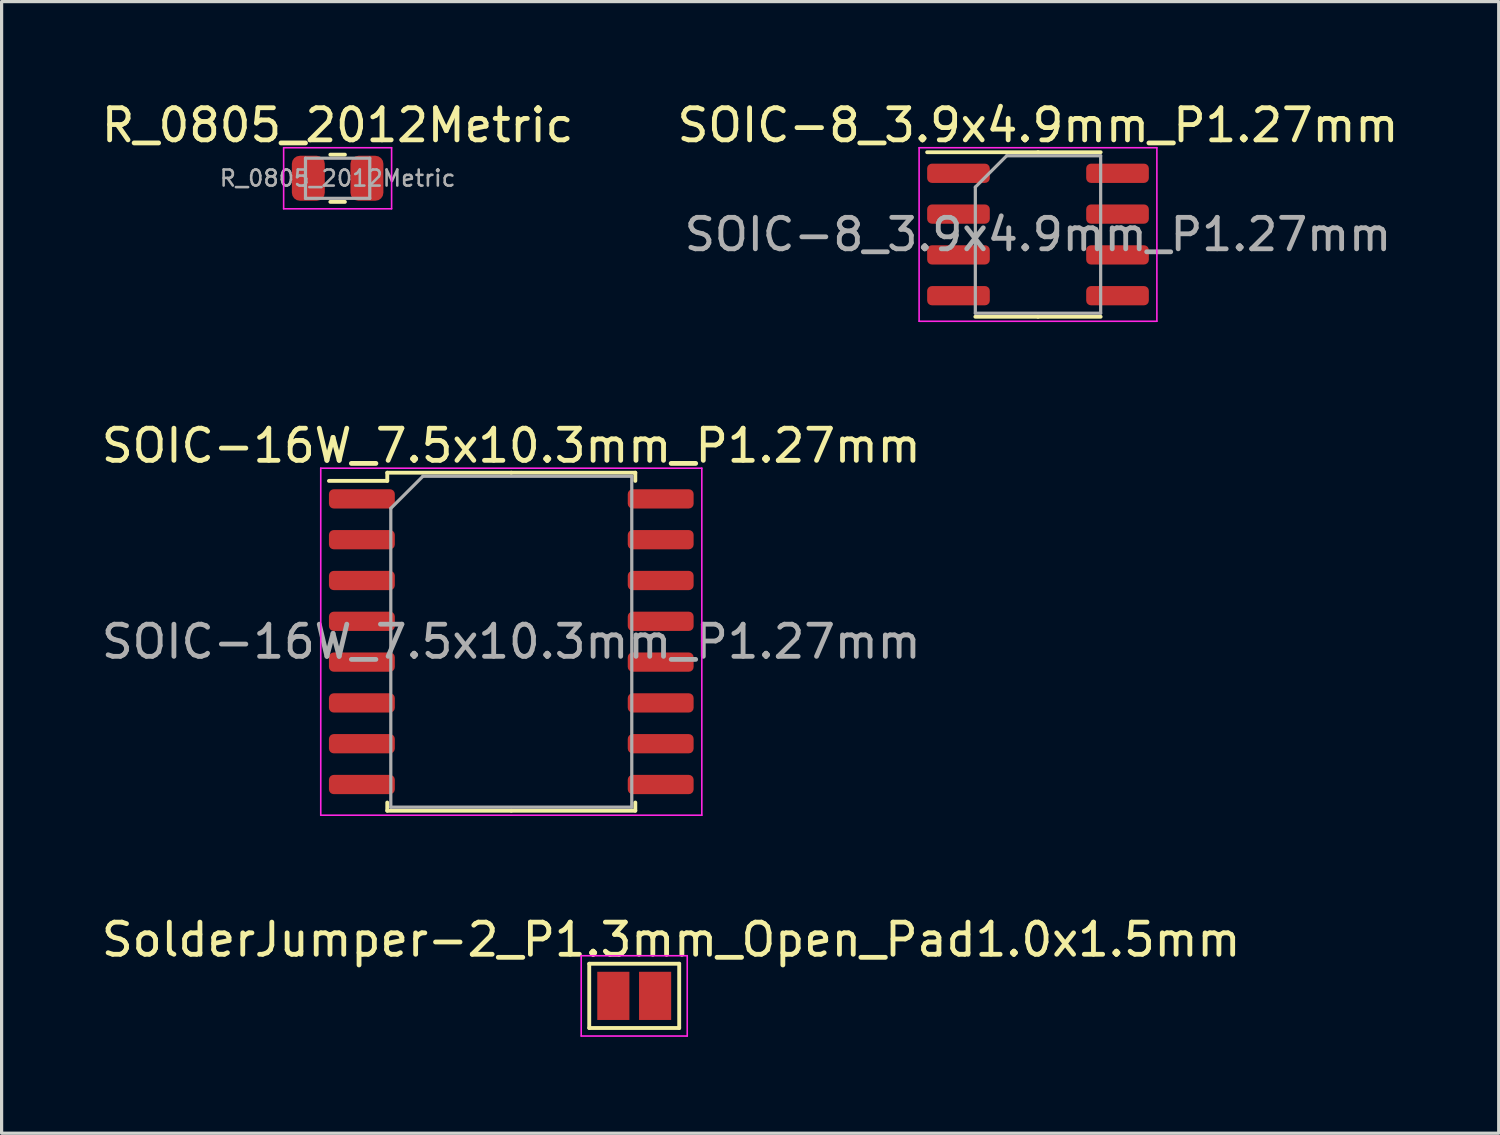
<source format=kicad_pcb>
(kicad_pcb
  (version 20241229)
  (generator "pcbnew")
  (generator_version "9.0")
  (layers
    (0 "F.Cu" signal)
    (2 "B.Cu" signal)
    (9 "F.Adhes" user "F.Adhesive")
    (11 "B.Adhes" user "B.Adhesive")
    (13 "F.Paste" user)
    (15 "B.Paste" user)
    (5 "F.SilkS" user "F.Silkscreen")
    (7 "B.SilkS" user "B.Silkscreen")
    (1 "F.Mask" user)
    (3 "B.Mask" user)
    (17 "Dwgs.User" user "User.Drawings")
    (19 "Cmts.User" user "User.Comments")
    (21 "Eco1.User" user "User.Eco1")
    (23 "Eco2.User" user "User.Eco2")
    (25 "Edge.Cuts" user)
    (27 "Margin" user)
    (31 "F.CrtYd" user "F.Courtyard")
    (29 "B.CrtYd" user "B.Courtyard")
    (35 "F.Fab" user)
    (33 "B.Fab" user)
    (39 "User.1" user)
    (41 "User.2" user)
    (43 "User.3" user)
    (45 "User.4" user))
  (footprint "SOIC-16W_7.5x10.3mm_P1.27mm"
    (layer "F.Cu")
    (at 12.863 16.922)
    (property "Reference" "SOIC-16W_7.5x10.3mm_P1.27mm" (at 0 -6.1 180) (layer "F.SilkS") (effects (font (size 1 1) (thickness 0.15))))
    (attr smd)
    (fp_line (start -3.86 -5.26) (end -3.86 -5.005) (stroke (width 0.12) (type solid)) (layer "F.SilkS"))
    (fp_line (start -3.86 -5.005) (end -5.675 -5.005) (stroke (width 0.12) (type solid)) (layer "F.SilkS"))
    (fp_line (start -3.86 5.26) (end -3.86 5.005) (stroke (width 0.12) (type solid)) (layer "F.SilkS"))
    (fp_line (start 0 -5.26) (end -3.86 -5.26) (stroke (width 0.12) (type solid)) (layer "F.SilkS"))
    (fp_line (start 0 -5.26) (end 3.86 -5.26) (stroke (width 0.12) (type solid)) (layer "F.SilkS"))
    (fp_line (start 0 5.26) (end -3.86 5.26) (stroke (width 0.12) (type solid)) (layer "F.SilkS"))
    (fp_line (start 0 5.26) (end 3.86 5.26) (stroke (width 0.12) (type solid)) (layer "F.SilkS"))
    (fp_line (start 3.86 -5.26) (end 3.86 -5.005) (stroke (width 0.12) (type solid)) (layer "F.SilkS"))
    (fp_line (start 3.86 5.26) (end 3.86 5.005) (stroke (width 0.12) (type solid)) (layer "F.SilkS"))
    (fp_line (start -5.93 -5.4) (end -5.93 5.4) (stroke (width 0.05) (type solid)) (layer "F.CrtYd"))
    (fp_line (start -5.93 5.4) (end 5.93 5.4) (stroke (width 0.05) (type solid)) (layer "F.CrtYd"))
    (fp_line (start 5.93 -5.4) (end -5.93 -5.4) (stroke (width 0.05) (type solid)) (layer "F.CrtYd"))
    (fp_line (start 5.93 5.4) (end 5.93 -5.4) (stroke (width 0.05) (type solid)) (layer "F.CrtYd"))
    (fp_line (start -3.75 -4.15) (end -2.75 -5.15) (stroke (width 0.1) (type solid)) (layer "F.Fab"))
    (fp_line (start -3.75 5.15) (end -3.75 -4.15) (stroke (width 0.1) (type solid)) (layer "F.Fab"))
    (fp_line (start -2.75 -5.15) (end 3.75 -5.15) (stroke (width 0.1) (type solid)) (layer "F.Fab"))
    (fp_line (start 3.75 -5.15) (end 3.75 5.15) (stroke (width 0.1) (type solid)) (layer "F.Fab"))
    (fp_line (start 3.75 5.15) (end -3.75 5.15) (stroke (width 0.1) (type solid)) (layer "F.Fab"))
    (fp_text user "${REFERENCE}" (at 0 0 180) (layer "F.Fab") (effects (font (size 1 1) (thickness 0.15))))
    (pad "1" smd roundrect (at -4.65 -4.445) (size 2.05 0.6) (layers "F.Cu" "F.Mask" "F.Paste") (roundrect_rratio 0.25))
    (pad "2" smd roundrect (at -4.65 -3.175) (size 2.05 0.6) (layers "F.Cu" "F.Mask" "F.Paste") (roundrect_rratio 0.25))
    (pad "3" smd roundrect (at -4.65 -1.905) (size 2.05 0.6) (layers "F.Cu" "F.Mask" "F.Paste") (roundrect_rratio 0.25))
    (pad "4" smd roundrect (at -4.65 -0.635) (size 2.05 0.6) (layers "F.Cu" "F.Mask" "F.Paste") (roundrect_rratio 0.25))
    (pad "5" smd roundrect (at -4.65 0.635) (size 2.05 0.6) (layers "F.Cu" "F.Mask" "F.Paste") (roundrect_rratio 0.25))
    (pad "6" smd roundrect (at -4.65 1.905) (size 2.05 0.6) (layers "F.Cu" "F.Mask" "F.Paste") (roundrect_rratio 0.25))
    (pad "7" smd roundrect (at -4.65 3.175) (size 2.05 0.6) (layers "F.Cu" "F.Mask" "F.Paste") (roundrect_rratio 0.25))
    (pad "8" smd roundrect (at -4.65 4.445) (size 2.05 0.6) (layers "F.Cu" "F.Mask" "F.Paste") (roundrect_rratio 0.25))
    (pad "9" smd roundrect (at 4.65 4.445) (size 2.05 0.6) (layers "F.Cu" "F.Mask" "F.Paste") (roundrect_rratio 0.25))
    (pad "10" smd roundrect (at 4.65 3.175) (size 2.05 0.6) (layers "F.Cu" "F.Mask" "F.Paste") (roundrect_rratio 0.25))
    (pad "11" smd roundrect (at 4.65 1.905) (size 2.05 0.6) (layers "F.Cu" "F.Mask" "F.Paste") (roundrect_rratio 0.25))
    (pad "12" smd roundrect (at 4.65 0.635) (size 2.05 0.6) (layers "F.Cu" "F.Mask" "F.Paste") (roundrect_rratio 0.25))
    (pad "13" smd roundrect (at 4.65 -0.635) (size 2.05 0.6) (layers "F.Cu" "F.Mask" "F.Paste") (roundrect_rratio 0.25))
    (pad "14" smd roundrect (at 4.65 -1.905) (size 2.05 0.6) (layers "F.Cu" "F.Mask" "F.Paste") (roundrect_rratio 0.25))
    (pad "15" smd roundrect (at 4.65 -3.175) (size 2.05 0.6) (layers "F.Cu" "F.Mask" "F.Paste") (roundrect_rratio 0.25))
    (pad "16" smd roundrect (at 4.65 -4.445) (size 2.05 0.6) (layers "F.Cu" "F.Mask" "F.Paste") (roundrect_rratio 0.25)))
  (footprint "SOIC-8_3.9x4.9mm_P1.27mm"
    (layer "F.Cu")
    (at 29.256 4.248)
    (property "Reference" "SOIC-8_3.9x4.9mm_P1.27mm" (at 0 -3.4 0) (layer "F.SilkS") (effects (font (size 1 1) (thickness 0.15))))
    (attr smd)
    (fp_line (start 0 -2.56) (end -3.45 -2.56) (stroke (width 0.12) (type solid)) (layer "F.SilkS"))
    (fp_line (start 0 -2.56) (end 1.95 -2.56) (stroke (width 0.12) (type solid)) (layer "F.SilkS"))
    (fp_line (start 0 2.56) (end -1.95 2.56) (stroke (width 0.12) (type solid)) (layer "F.SilkS"))
    (fp_line (start 0 2.56) (end 1.95 2.56) (stroke (width 0.12) (type solid)) (layer "F.SilkS"))
    (fp_line (start -3.7 -2.7) (end -3.7 2.7) (stroke (width 0.05) (type solid)) (layer "F.CrtYd"))
    (fp_line (start -3.7 2.7) (end 3.7 2.7) (stroke (width 0.05) (type solid)) (layer "F.CrtYd"))
    (fp_line (start 3.7 -2.7) (end -3.7 -2.7) (stroke (width 0.05) (type solid)) (layer "F.CrtYd"))
    (fp_line (start 3.7 2.7) (end 3.7 -2.7) (stroke (width 0.05) (type solid)) (layer "F.CrtYd"))
    (fp_line (start -1.95 -1.475) (end -0.975 -2.45) (stroke (width 0.1) (type solid)) (layer "F.Fab"))
    (fp_line (start -1.95 2.45) (end -1.95 -1.475) (stroke (width 0.1) (type solid)) (layer "F.Fab"))
    (fp_line (start -0.975 -2.45) (end 1.95 -2.45) (stroke (width 0.1) (type solid)) (layer "F.Fab"))
    (fp_line (start 1.95 -2.45) (end 1.95 2.45) (stroke (width 0.1) (type solid)) (layer "F.Fab"))
    (fp_line (start 1.95 2.45) (end -1.95 2.45) (stroke (width 0.1) (type solid)) (layer "F.Fab"))
    (fp_text user "${REFERENCE}" (at 0 0 0) (layer "F.Fab") (effects (font (size 0.98 0.98) (thickness 0.15))))
    (pad "1" smd roundrect (at -2.475 -1.905) (size 1.95 0.6) (layers "F.Cu" "F.Mask" "F.Paste") (roundrect_rratio 0.25))
    (pad "2" smd roundrect (at -2.475 -0.635) (size 1.95 0.6) (layers "F.Cu" "F.Mask" "F.Paste") (roundrect_rratio 0.25))
    (pad "3" smd roundrect (at -2.475 0.635) (size 1.95 0.6) (layers "F.Cu" "F.Mask" "F.Paste") (roundrect_rratio 0.25))
    (pad "4" smd roundrect (at -2.475 1.905) (size 1.95 0.6) (layers "F.Cu" "F.Mask" "F.Paste") (roundrect_rratio 0.25))
    (pad "5" smd roundrect (at 2.475 1.905) (size 1.95 0.6) (layers "F.Cu" "F.Mask" "F.Paste") (roundrect_rratio 0.25))
    (pad "6" smd roundrect (at 2.475 0.635) (size 1.95 0.6) (layers "F.Cu" "F.Mask" "F.Paste") (roundrect_rratio 0.25))
    (pad "7" smd roundrect (at 2.475 -0.635) (size 1.95 0.6) (layers "F.Cu" "F.Mask" "F.Paste") (roundrect_rratio 0.25))
    (pad "8" smd roundrect (at 2.475 -1.905) (size 1.95 0.6) (layers "F.Cu" "F.Mask" "F.Paste") (roundrect_rratio 0.25)))
  (footprint "R_0805_2012Metric"
    (layer "F.Cu")
    (at 7.458 2.498)
    (property "Reference" "R_0805_2012Metric" (at 0 -1.65 180) (layer "F.SilkS") (effects (font (size 1 1) (thickness 0.15))))
    (attr smd)
    (fp_line (start -0.227 -0.735) (end 0.227 -0.735) (stroke (width 0.12) (type solid)) (layer "F.SilkS"))
    (fp_line (start -0.227 0.735) (end 0.227 0.735) (stroke (width 0.12) (type solid)) (layer "F.SilkS"))
    (fp_line (start -1.68 -0.95) (end 1.68 -0.95) (stroke (width 0.05) (type solid)) (layer "F.CrtYd"))
    (fp_line (start -1.68 0.95) (end -1.68 -0.95) (stroke (width 0.05) (type solid)) (layer "F.CrtYd"))
    (fp_line (start 1.68 -0.95) (end 1.68 0.95) (stroke (width 0.05) (type solid)) (layer "F.CrtYd"))
    (fp_line (start 1.68 0.95) (end -1.68 0.95) (stroke (width 0.05) (type solid)) (layer "F.CrtYd"))
    (fp_line (start -1 -0.625) (end 1 -0.625) (stroke (width 0.1) (type solid)) (layer "F.Fab"))
    (fp_line (start -1 0.625) (end -1 -0.625) (stroke (width 0.1) (type solid)) (layer "F.Fab"))
    (fp_line (start 1 -0.625) (end 1 0.625) (stroke (width 0.1) (type solid)) (layer "F.Fab"))
    (fp_line (start 1 0.625) (end -1 0.625) (stroke (width 0.1) (type solid)) (layer "F.Fab"))
    (fp_text user "${REFERENCE}" (at 0 0 180) (layer "F.Fab") (effects (font (size 0.5 0.5) (thickness 0.08))))
    (pad "1" smd roundrect (at -0.912 0) (size 1.025 1.4) (layers "F.Cu" "F.Mask" "F.Paste") (roundrect_rratio 0.244))
    (pad "2" smd roundrect (at 0.912 0) (size 1.025 1.4) (layers "F.Cu" "F.Mask" "F.Paste") (roundrect_rratio 0.244)))
  (footprint "SolderJumper-2_P1.3mm_Open_Pad1.0x1.5mm"
    (layer "F.Cu")
    (at 16.689 27.945)
    (property "Reference" "SolderJumper-2_P1.3mm_Open_Pad1.0x1.5mm" (at 1.15 -1.75 0) (layer "F.SilkS") (effects (font (size 1 1) (thickness 0.15))))
    (attr exclude_from_pos_files exclude_from_bom)
    (fp_line (start -1.4 -1) (end 1.4 -1) (stroke (width 0.12) (type solid)) (layer "F.SilkS"))
    (fp_line (start -1.4 1) (end -1.4 -1) (stroke (width 0.12) (type solid)) (layer "F.SilkS"))
    (fp_line (start 1.4 -1) (end 1.4 1) (stroke (width 0.12) (type solid)) (layer "F.SilkS"))
    (fp_line (start 1.4 1) (end -1.4 1) (stroke (width 0.12) (type solid)) (layer "F.SilkS"))
    (fp_line (start -1.65 -1.25) (end -1.65 1.25) (stroke (width 0.05) (type solid)) (layer "F.CrtYd"))
    (fp_line (start -1.65 -1.25) (end 1.65 -1.25) (stroke (width 0.05) (type solid)) (layer "F.CrtYd"))
    (fp_line (start 1.65 1.25) (end -1.65 1.25) (stroke (width 0.05) (type solid)) (layer "F.CrtYd"))
    (fp_line (start 1.65 1.25) (end 1.65 -1.25) (stroke (width 0.05) (type solid)) (layer "F.CrtYd"))
    (pad "1" smd rect (at -0.65 0) (size 1 1.5) (layers "F.Cu" "F.Mask"))
    (pad "2" smd rect (at 0.65 0) (size 1 1.5) (layers "F.Cu" "F.Mask")))
  (gr_rect
    (start -3 -3)
    (end 43.595 32.22)
    (stroke (width 0.1) (type default))
    (fill no)
    (layer "Edge.Cuts")))
</source>
